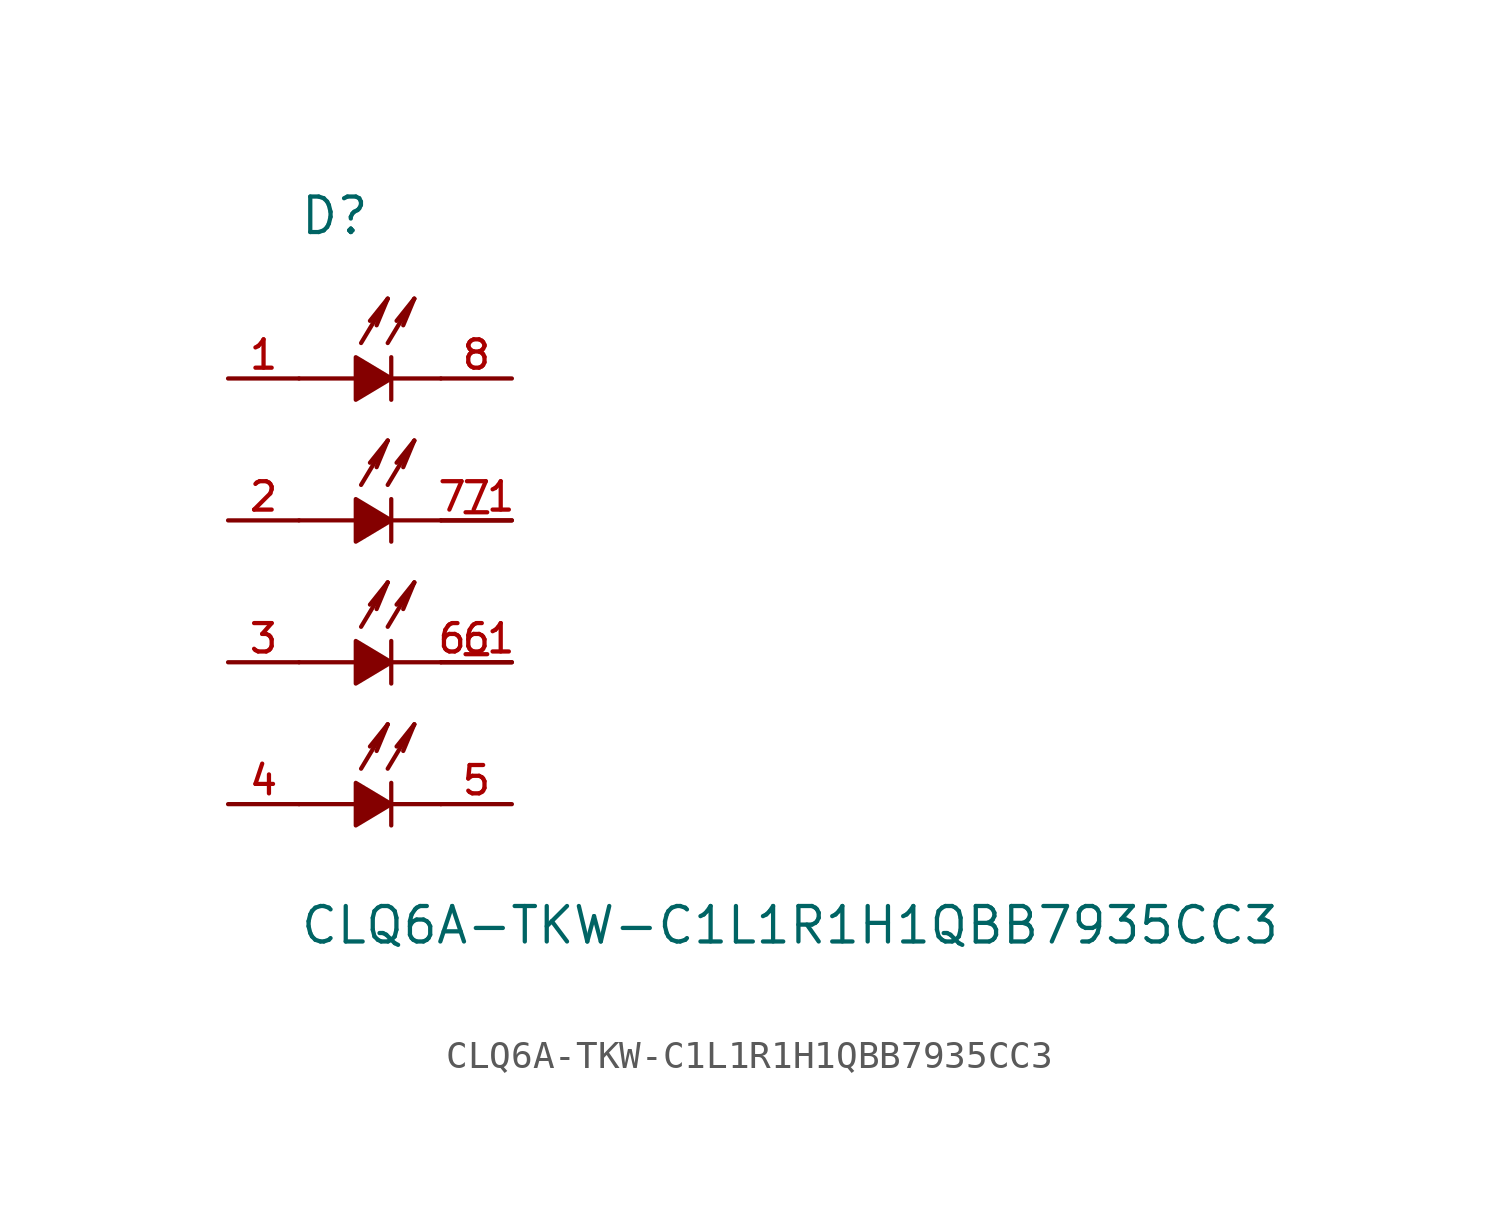
<source format=kicad_sym>
(kicad_symbol_lib
  (version 20211014)
  (generator kicad_symbol_editor)
  (symbol "CLQ6A-TKW-C1L1R1H1QBB7935CC3"
    (pin_names
      (offset 1.016))
    (property "Reference" "D"
      (at -2.54 12.7 0)
      (effects (font (size 1.27 1.27)) (justify bottom left)))
    (property "Value" "CLQ6A-TKW-C1L1R1H1QBB7935CC3"
      (at -2.54 -12.7 0)
      (effects (font (size 1.27 1.27)) (justify bottom left)))
    (symbol "CLQ6A-TKW-C1L1R1H1QBB7935CC3_0_0"
      (polyline (pts (xy 0.762 2.54) (xy -0.508 1.778) (xy -0.508 3.302) (xy 0.762 2.54)) (stroke (width 0.152)) (fill (type outline)))
      (polyline (pts (xy -0.508 2.54) (xy -2.54 2.54)) (stroke (width 0.152)))
      (polyline (pts (xy 0.762 2.54) (xy 2.54 2.54)) (stroke (width 0.152)))
      (polyline (pts (xy 0.762 1.778) (xy 0.762 3.302)) (stroke (width 0.152)))
      (polyline (pts (xy 0.762 -2.54) (xy -0.508 -3.302) (xy -0.508 -1.778) (xy 0.762 -2.54)) (stroke (width 0.152)) (fill (type outline)))
      (polyline (pts (xy -0.508 -2.54) (xy -2.54 -2.54)) (stroke (width 0.152)))
      (polyline (pts (xy 0.762 -2.54) (xy 2.54 -2.54)) (stroke (width 0.152)))
      (polyline (pts (xy 0.762 -3.302) (xy 0.762 -1.778)) (stroke (width 0.152)))
      (polyline (pts (xy 0.762 -7.62) (xy -0.508 -8.382) (xy -0.508 -6.858) (xy 0.762 -7.62)) (stroke (width 0.152)) (fill (type outline)))
      (polyline (pts (xy -0.508 -7.62) (xy -2.54 -7.62)) (stroke (width 0.152)))
      (polyline (pts (xy 0.762 -7.62) (xy 2.54 -7.62)) (stroke (width 0.152)))
      (polyline (pts (xy 0.762 -8.382) (xy 0.762 -6.858)) (stroke (width 0.152)))
      (polyline (pts (xy 0.762 7.62) (xy -0.508 6.858) (xy -0.508 8.382) (xy 0.762 7.62)) (stroke (width 0.152)) (fill (type outline)))
      (polyline (pts (xy -0.508 7.62) (xy -2.54 7.62)) (stroke (width 0.152)))
      (polyline (pts (xy 0.762 7.62) (xy 2.54 7.62)) (stroke (width 0.152)))
      (polyline (pts (xy 0.762 6.858) (xy 0.762 8.382)) (stroke (width 0.152)))
      (polyline (pts (xy 0.635 8.89) (xy 1.587 10.477)) (stroke (width 0.152)))
      (polyline (pts (xy 1.587 10.477) (xy 1.191 9.525)) (stroke (width 0.152)))
      (polyline (pts (xy 1.587 10.477) (xy 0.953 9.684)) (stroke (width 0.152)))
      (polyline (pts (xy -0.318 8.89) (xy 0.635 10.477)) (stroke (width 0.152)))
      (polyline (pts (xy 0.635 10.477) (xy 0.238 9.525)) (stroke (width 0.152)))
      (polyline (pts (xy 0.635 10.477) (xy 0.0 9.684)) (stroke (width 0.152)))
      (polyline (pts (xy 0.635 3.81) (xy 1.587 5.397)) (stroke (width 0.152)))
      (polyline (pts (xy 1.587 5.397) (xy 1.191 4.445)) (stroke (width 0.152)))
      (polyline (pts (xy 1.587 5.397) (xy 0.953 4.604)) (stroke (width 0.152)))
      (polyline (pts (xy -0.318 3.81) (xy 0.635 5.397)) (stroke (width 0.152)))
      (polyline (pts (xy 0.635 5.397) (xy 0.238 4.445)) (stroke (width 0.152)))
      (polyline (pts (xy 0.635 5.397) (xy 0.0 4.604)) (stroke (width 0.152)))
      (polyline (pts (xy 0.635 -1.27) (xy 1.587 0.318)) (stroke (width 0.152)))
      (polyline (pts (xy 1.587 0.318) (xy 1.191 -0.635)) (stroke (width 0.152)))
      (polyline (pts (xy 1.587 0.318) (xy 0.953 -0.476)) (stroke (width 0.152)))
      (polyline (pts (xy -0.318 -1.27) (xy 0.635 0.318)) (stroke (width 0.152)))
      (polyline (pts (xy 0.635 0.318) (xy 0.238 -0.635)) (stroke (width 0.152)))
      (polyline (pts (xy 0.635 0.318) (xy 0.0 -0.476)) (stroke (width 0.152)))
      (polyline (pts (xy 0.635 -6.35) (xy 1.587 -4.763)) (stroke (width 0.152)))
      (polyline (pts (xy 1.587 -4.763) (xy 1.191 -5.715)) (stroke (width 0.152)))
      (polyline (pts (xy 1.587 -4.763) (xy 0.953 -5.556)) (stroke (width 0.152)))
      (polyline (pts (xy -0.318 -6.35) (xy 0.635 -4.763)) (stroke (width 0.152)))
      (polyline (pts (xy 0.635 -4.763) (xy 0.238 -5.715)) (stroke (width 0.152)))
      (polyline (pts (xy 0.635 -4.763) (xy 0.0 -5.556)) (stroke (width 0.152)))
      (pin passive line (at 5.08 2.54 180.0) (length 2.54) (name "~" (effects (font (size 1.016 1.016)))) (number "7" (effects (font (size 1.016 1.016)))))
      (pin passive line (at 5.08 2.54 180.0) (length 2.54) (name "~" (effects (font (size 1.016 1.016)))) (number "7_1" (effects (font (size 1.016 1.016)))))
      (pin passive line (at -5.08 2.54 0) (length 2.54) (name "~" (effects (font (size 1.016 1.016)))) (number "2" (effects (font (size 1.016 1.016)))))
      (pin passive line (at 5.08 -2.54 180.0) (length 2.54) (name "~" (effects (font (size 1.016 1.016)))) (number "6" (effects (font (size 1.016 1.016)))))
      (pin passive line (at 5.08 -2.54 180.0) (length 2.54) (name "~" (effects (font (size 1.016 1.016)))) (number "6_1" (effects (font (size 1.016 1.016)))))
      (pin passive line (at -5.08 -2.54 0) (length 2.54) (name "~" (effects (font (size 1.016 1.016)))) (number "3" (effects (font (size 1.016 1.016)))))
      (pin passive line (at 5.08 -7.62 180.0) (length 2.54) (name "~" (effects (font (size 1.016 1.016)))) (number "5" (effects (font (size 1.016 1.016)))))
      (pin passive line (at -5.08 -7.62 0) (length 2.54) (name "~" (effects (font (size 1.016 1.016)))) (number "4" (effects (font (size 1.016 1.016)))))
      (pin passive line (at 5.08 7.62 180.0) (length 2.54) (name "~" (effects (font (size 1.016 1.016)))) (number "8" (effects (font (size 1.016 1.016)))))
      (pin passive line (at -5.08 7.62 0) (length 2.54) (name "~" (effects (font (size 1.016 1.016)))) (number "1" (effects (font (size 1.016 1.016))))))))
</source>
